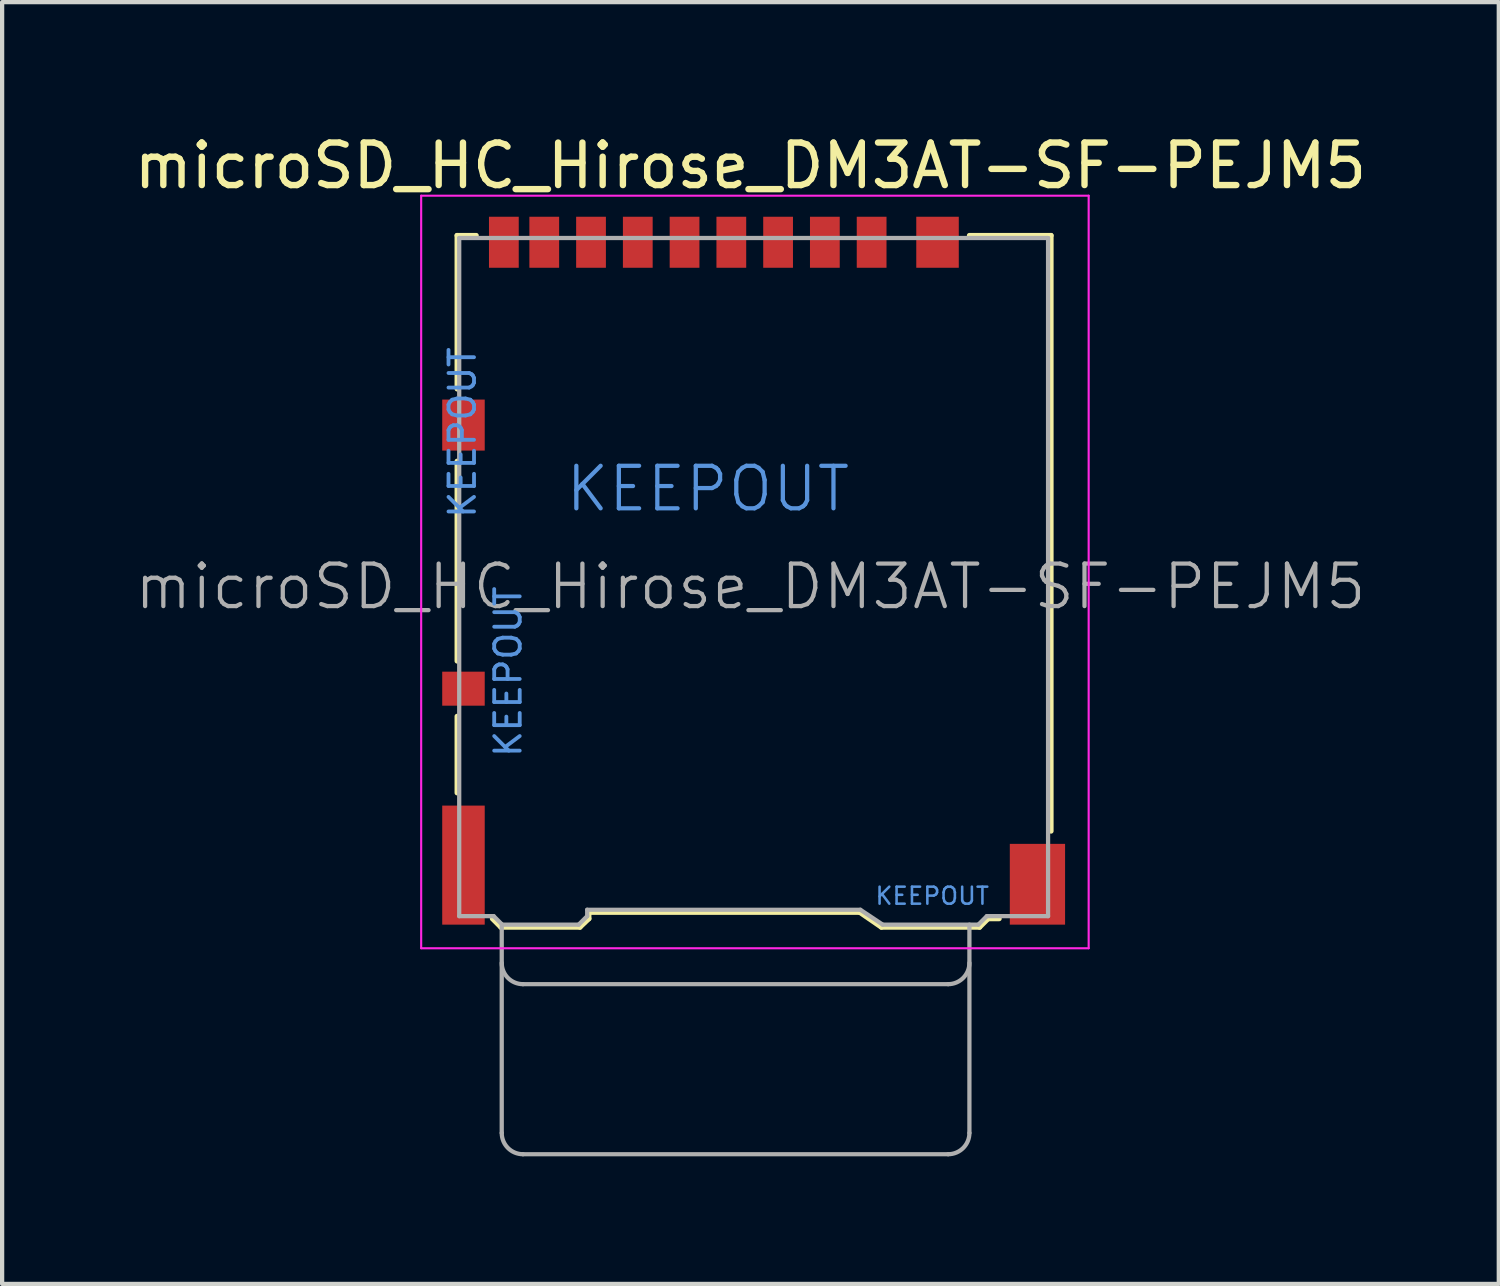
<source format=kicad_pcb>
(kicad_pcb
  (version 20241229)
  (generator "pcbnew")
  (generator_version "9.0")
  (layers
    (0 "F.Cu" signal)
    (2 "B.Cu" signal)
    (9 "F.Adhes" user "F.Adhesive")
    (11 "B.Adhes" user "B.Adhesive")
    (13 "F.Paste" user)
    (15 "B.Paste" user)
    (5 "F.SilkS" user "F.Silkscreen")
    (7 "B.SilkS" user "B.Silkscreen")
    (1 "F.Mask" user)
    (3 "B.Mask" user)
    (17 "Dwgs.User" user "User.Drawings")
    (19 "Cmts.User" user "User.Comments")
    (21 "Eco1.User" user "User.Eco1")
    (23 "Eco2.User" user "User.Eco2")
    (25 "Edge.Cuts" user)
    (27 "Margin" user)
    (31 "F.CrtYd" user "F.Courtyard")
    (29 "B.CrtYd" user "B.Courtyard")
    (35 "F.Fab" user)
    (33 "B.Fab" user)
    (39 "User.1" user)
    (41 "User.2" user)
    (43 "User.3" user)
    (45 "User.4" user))
  (footprint "microSD_HC_Hirose_DM3AT-SF-PEJM5"
    (layer "F.Cu")
    (at 14.676 10.373)
    (property "Reference" "microSD_HC_Hirose_DM3AT-SF-PEJM5" (at -0.075 -9.525 0) (layer "F.SilkS") (effects (font (size 1 1) (thickness 0.15))))
    (attr smd)
    (fp_line (start -6.975 -7.885) (end -6.975 -4.275) (stroke (width 0.12) (type solid)) (layer "F.SilkS"))
    (fp_line (start -6.975 -2.575) (end -6.975 2.125) (stroke (width 0.12) (type solid)) (layer "F.SilkS"))
    (fp_line (start -6.975 3.425) (end -6.975 5.225) (stroke (width 0.12) (type solid)) (layer "F.SilkS"))
    (fp_line (start -6.525 -7.885) (end -6.975 -7.885) (stroke (width 0.12) (type solid)) (layer "F.SilkS"))
    (fp_line (start -5.945 8.385) (end -6.145 8.185) (stroke (width 0.12) (type solid)) (layer "F.SilkS"))
    (fp_line (start -5.945 8.385) (end -4.085 8.385) (stroke (width 0.12) (type solid)) (layer "F.SilkS"))
    (fp_line (start -4.085 8.385) (end -3.875 8.185) (stroke (width 0.12) (type solid)) (layer "F.SilkS"))
    (fp_line (start -3.875 8.035) (end -3.875 8.185) (stroke (width 0.12) (type solid)) (layer "F.SilkS"))
    (fp_line (start -3.875 8.035) (end 2.495 8.035) (stroke (width 0.12) (type solid)) (layer "F.SilkS"))
    (fp_line (start 3.005 8.385) (end 2.495 8.035) (stroke (width 0.12) (type solid)) (layer "F.SilkS"))
    (fp_line (start 5.075 -7.885) (end 6.995 -7.885) (stroke (width 0.12) (type solid)) (layer "F.SilkS"))
    (fp_line (start 5.315 8.385) (end 3.005 8.385) (stroke (width 0.12) (type solid)) (layer "F.SilkS"))
    (fp_line (start 5.315 8.385) (end 5.515 8.185) (stroke (width 0.12) (type solid)) (layer "F.SilkS"))
    (fp_line (start 5.515 8.185) (end 5.775 8.185) (stroke (width 0.12) (type solid)) (layer "F.SilkS"))
    (fp_line (start 6.995 -7.885) (end 6.995 6.125) (stroke (width 0.12) (type solid)) (layer "F.SilkS"))
    (fp_line (start -7.82 -8.82) (end 7.88 -8.82) (stroke (width 0.05) (type solid)) (layer "F.CrtYd"))
    (fp_line (start -7.82 8.88) (end -7.82 -8.82) (stroke (width 0.05) (type solid)) (layer "F.CrtYd"))
    (fp_line (start 7.88 -8.82) (end 7.88 8.88) (stroke (width 0.05) (type solid)) (layer "F.CrtYd"))
    (fp_line (start 7.88 8.88) (end -7.82 8.88) (stroke (width 0.05) (type solid)) (layer "F.CrtYd"))
    (fp_line (start -6.925 8.125) (end -6.925 -7.825) (stroke (width 0.1) (type solid)) (layer "F.Fab"))
    (fp_line (start -6.115 8.125) (end -6.925 8.125) (stroke (width 0.1) (type solid)) (layer "F.Fab"))
    (fp_line (start -5.925 8.325) (end -5.925 13.225) (stroke (width 0.1) (type solid)) (layer "F.Fab"))
    (fp_line (start -5.915 8.325) (end -6.115 8.125) (stroke (width 0.1) (type solid)) (layer "F.Fab"))
    (fp_line (start -5.425 9.725) (end 4.575 9.725) (stroke (width 0.1) (type solid)) (layer "F.Fab"))
    (fp_line (start -5.425 13.725) (end 4.575 13.725) (stroke (width 0.1) (type solid)) (layer "F.Fab"))
    (fp_line (start -4.115 8.325) (end -5.915 8.325) (stroke (width 0.1) (type solid)) (layer "F.Fab"))
    (fp_line (start -3.915 8.125) (end -4.115 8.325) (stroke (width 0.1) (type solid)) (layer "F.Fab"))
    (fp_line (start -3.915 8.125) (end -3.915 7.975) (stroke (width 0.1) (type solid)) (layer "F.Fab"))
    (fp_line (start 2.51 7.975) (end -3.915 7.975) (stroke (width 0.1) (type solid)) (layer "F.Fab"))
    (fp_line (start 3.035 8.325) (end 2.51 7.975) (stroke (width 0.1) (type solid)) (layer "F.Fab"))
    (fp_line (start 5.075 13.225) (end 5.075 8.325) (stroke (width 0.1) (type solid)) (layer "F.Fab"))
    (fp_line (start 5.285 8.325) (end 3.035 8.325) (stroke (width 0.1) (type solid)) (layer "F.Fab"))
    (fp_line (start 5.285 8.325) (end 5.485 8.125) (stroke (width 0.1) (type solid)) (layer "F.Fab"))
    (fp_line (start 5.485 8.125) (end 6.925 8.125) (stroke (width 0.1) (type solid)) (layer "F.Fab"))
    (fp_line (start 6.925 -7.825) (end -6.925 -7.825) (stroke (width 0.1) (type solid)) (layer "F.Fab"))
    (fp_line (start 6.925 8.125) (end 6.925 -7.825) (stroke (width 0.1) (type solid)) (layer "F.Fab"))
    (fp_arc (start -5.425 9.725) (mid -5.778553 9.578553) (end -5.925 9.225) (stroke (width 0.1) (type solid)) (layer "F.Fab"))
    (fp_arc (start -5.425 13.725) (mid -5.778553 13.578553) (end -5.925 13.225) (stroke (width 0.1) (type solid)) (layer "F.Fab"))
    (fp_arc (start 5.075 9.225) (mid 4.928553 9.578553) (end 4.575 9.725) (stroke (width 0.1) (type solid)) (layer "F.Fab"))
    (fp_arc (start 5.075 13.225) (mid 4.928553 13.578553) (end 4.575 13.725) (stroke (width 0.1) (type solid)) (layer "F.Fab"))
    (fp_text user "KEEPOUT" (at -5.775 2.375 90) (layer "Cmts.User") (effects (font (size 0.6 0.6) (thickness 0.09))))
    (fp_text user "KEEPOUT" (at -6.85 -3.25 90) (layer "Cmts.User") (effects (font (size 0.6 0.6) (thickness 0.09))))
    (fp_text user "KEEPOUT" (at 4.2 7.65 0) (layer "Cmts.User") (effects (font (size 0.4 0.4) (thickness 0.06))))
    (fp_text user "KEEPOUT" (at -1.075 -1.925 0) (layer "Cmts.User") (effects (font (size 1 1) (thickness 0.1))))
    (fp_text user "${REFERENCE}" (at -0.075 0.375 0) (layer "F.Fab") (effects (font (size 1 1) (thickness 0.1))))
    (pad "1" smd rect (at 2.775 -7.725) (size 0.7 1.2) (layers "F.Cu" "F.Mask" "F.Paste"))
    (pad "2" smd rect (at 1.675 -7.725) (size 0.7 1.2) (layers "F.Cu" "F.Mask" "F.Paste"))
    (pad "3" smd rect (at 0.575 -7.725) (size 0.7 1.2) (layers "F.Cu" "F.Mask" "F.Paste"))
    (pad "4" smd rect (at -0.525 -7.725) (size 0.7 1.2) (layers "F.Cu" "F.Mask" "F.Paste"))
    (pad "5" smd rect (at -1.625 -7.725) (size 0.7 1.2) (layers "F.Cu" "F.Mask" "F.Paste"))
    (pad "6" smd rect (at -2.725 -7.725) (size 0.7 1.2) (layers "F.Cu" "F.Mask" "F.Paste"))
    (pad "7" smd rect (at -3.825 -7.725) (size 0.7 1.2) (layers "F.Cu" "F.Mask" "F.Paste"))
    (pad "8" smd rect (at -4.925 -7.725) (size 0.7 1.2) (layers "F.Cu" "F.Mask" "F.Paste"))
    (pad "9" smd rect (at -5.875 -7.725) (size 0.7 1.2) (layers "F.Cu" "F.Mask" "F.Paste"))
    (pad "10" smd rect (at -6.825 2.775) (size 1 0.8) (layers "F.Cu" "F.Mask" "F.Paste"))
    (pad "11" smd rect (at -6.825 -3.425) (size 1 1.2) (layers "F.Cu" "F.Mask" "F.Paste"))
    (pad "11" smd rect (at -6.825 6.925) (size 1 2.8) (layers "F.Cu" "F.Mask" "F.Paste"))
    (pad "11" smd rect (at 4.325 -7.725) (size 1 1.2) (layers "F.Cu" "F.Mask" "F.Paste"))
    (pad "11" smd rect (at 6.675 7.375) (size 1.3 1.9) (layers "F.Cu" "F.Mask" "F.Paste"))
    (zone (net_name "") (layer "F.Cu") (hatch full 0.508) (connect_pads) (min_thickness 0.254) (filled_areas_thickness no) (keepout (tracks not_allowed) (vias not_allowed) (pads not_allowed) (copperpour not_allowed) (footprints not_allowed)) (placement (enabled no)) (fill) (polygon (pts (xy 8.201 6.348) (xy 7.451 6.348) (xy 7.451 3.098) (xy 8.201 3.098))))
    (zone (net_name "") (layer "F.Cu") (hatch full 0.508) (connect_pads) (min_thickness 0.254) (filled_areas_thickness no) (keepout (tracks not_allowed) (vias not_allowed) (pads not_allowed) (copperpour not_allowed) (footprints not_allowed)) (placement (enabled no)) (fill) (polygon (pts (xy 8.201 11.148) (xy 7.451 11.148) (xy 7.451 7.548) (xy 8.201 7.548))))
    (zone (net_name "") (layer "F.Cu") (hatch full 0.508) (connect_pads) (min_thickness 0.254) (filled_areas_thickness no) (keepout (tracks not_allowed) (vias not_allowed) (pads not_allowed) (copperpour not_allowed) (footprints not_allowed)) (placement (enabled no)) (fill) (polygon (pts (xy 8.551 8.948) (xy 9.251 8.948) (xy 9.251 16.548) (xy 8.551 16.548))))
    (zone (net_name "") (layer "F.Cu") (hatch full 0.508) (connect_pads) (min_thickness 0.254) (filled_areas_thickness no) (keepout (tracks not_allowed) (vias not_allowed) (pads not_allowed) (copperpour not_allowed) (footprints not_allowed)) (placement (enabled no)) (fill) (polygon (pts (xy 17.601 17.348) (xy 20.151 17.348) (xy 20.151 18.698) (xy 17.601 18.698))))
    (zone (net_name "") (layer "F.Cu") (hatch full 0.508) (connect_pads) (min_thickness 0.254) (filled_areas_thickness no) (keepout (tracks not_allowed) (vias not_allowed) (pads not_allowed) (copperpour not_allowed) (footprints not_allowed)) (placement (enabled no)) (fill) (polygon (pts (xy 17.951 9.248) (xy 9.251 9.248) (xy 9.251 7.648) (xy 17.951 7.648)))))
  (gr_rect
    (start -3 -3)
    (end 32.202 27.148)
    (stroke (width 0.1) (type default))
    (fill no)
    (layer "Edge.Cuts")))
</source>
